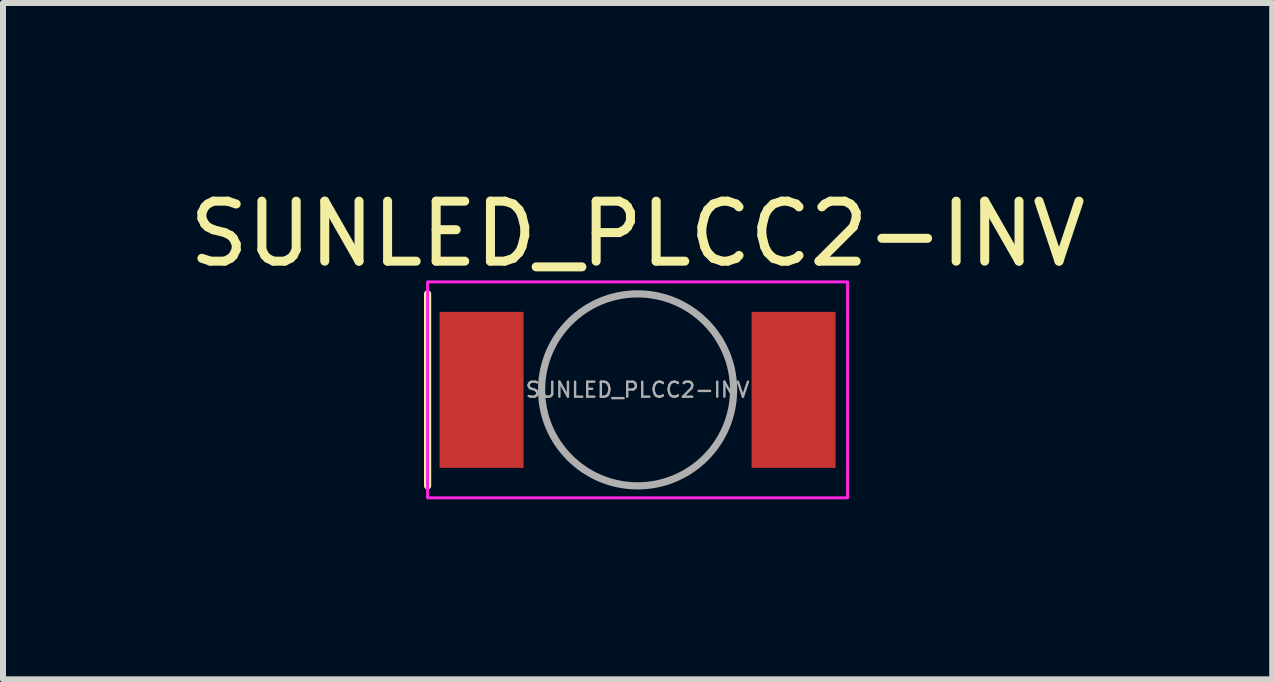
<source format=kicad_pcb>
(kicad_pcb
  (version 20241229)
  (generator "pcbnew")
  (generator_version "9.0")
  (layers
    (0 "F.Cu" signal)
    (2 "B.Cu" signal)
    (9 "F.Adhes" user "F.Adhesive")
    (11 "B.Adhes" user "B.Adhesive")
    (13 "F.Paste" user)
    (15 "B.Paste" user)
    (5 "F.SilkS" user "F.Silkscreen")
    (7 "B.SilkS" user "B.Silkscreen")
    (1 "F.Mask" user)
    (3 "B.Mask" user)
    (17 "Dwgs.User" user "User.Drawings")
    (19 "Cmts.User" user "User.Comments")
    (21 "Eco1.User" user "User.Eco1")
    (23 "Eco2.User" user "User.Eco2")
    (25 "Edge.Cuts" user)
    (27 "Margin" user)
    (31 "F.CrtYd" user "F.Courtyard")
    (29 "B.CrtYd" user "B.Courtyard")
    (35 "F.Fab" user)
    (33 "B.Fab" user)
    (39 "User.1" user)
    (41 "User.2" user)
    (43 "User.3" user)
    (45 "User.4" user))
  (footprint "SUNLED_PLCC2-INV"
    (layer "F.Cu")
    (at 7.577 3.448)
    (property "Reference" "SUNLED_PLCC2-INV" (at 0 -2.6 0) (unlocked yes) (layer "F.SilkS") (effects (font (size 1 1) (thickness 0.15))))
    (attr smd)
    (fp_line (start -3.5 -1.6) (end -3.5 1.6) (stroke (width 0.12) (type default)) (layer "F.SilkS"))
    (fp_rect (start -3.5 -1.8) (end 3.5 1.8) (stroke (width 0.05) (type default)) (fill no) (layer "F.CrtYd"))
    (fp_circle (center 0 0) (end 1.6 0) (stroke (width 0.12) (type default)) (fill no) (layer "F.Fab"))
    (fp_text user "${REFERENCE}" (at 0 0 0) (unlocked yes) (layer "F.Fab") (effects (font (size 0.25 0.25) (thickness 0.04))))
    (pad "1" smd rect (at -2.6 0) (size 1.4 2.6) (layers "F.Cu" "F.Mask" "F.Paste"))
    (pad "2" smd rect (at 2.6 0) (size 1.4 2.6) (layers "F.Cu" "F.Mask" "F.Paste")))
  (gr_rect
    (start -3 -3)
    (end 18.155 8.273)
    (stroke (width 0.1) (type default))
    (fill no)
    (layer "Edge.Cuts")))
</source>
